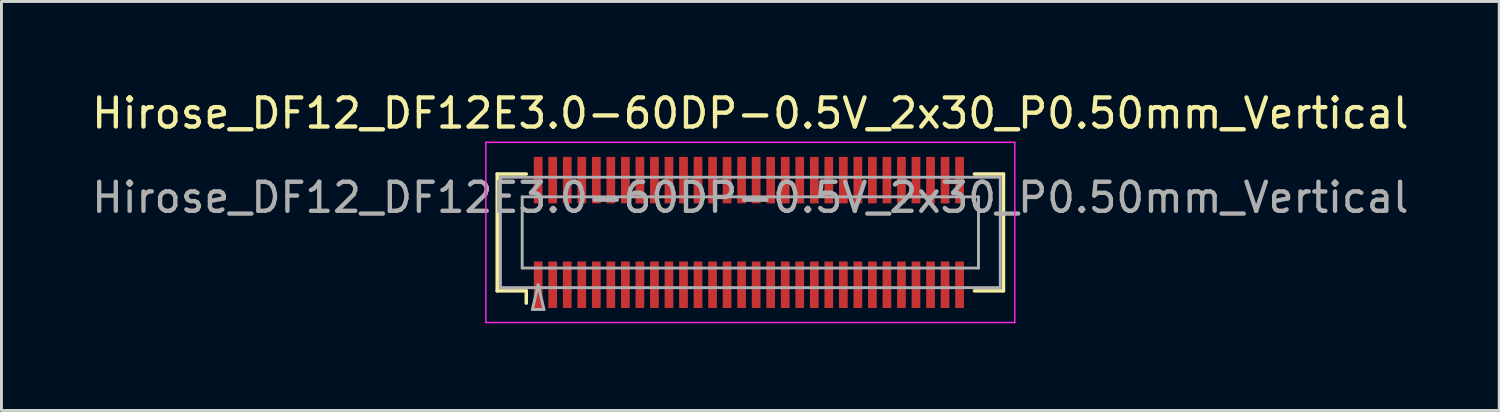
<source format=kicad_pcb>
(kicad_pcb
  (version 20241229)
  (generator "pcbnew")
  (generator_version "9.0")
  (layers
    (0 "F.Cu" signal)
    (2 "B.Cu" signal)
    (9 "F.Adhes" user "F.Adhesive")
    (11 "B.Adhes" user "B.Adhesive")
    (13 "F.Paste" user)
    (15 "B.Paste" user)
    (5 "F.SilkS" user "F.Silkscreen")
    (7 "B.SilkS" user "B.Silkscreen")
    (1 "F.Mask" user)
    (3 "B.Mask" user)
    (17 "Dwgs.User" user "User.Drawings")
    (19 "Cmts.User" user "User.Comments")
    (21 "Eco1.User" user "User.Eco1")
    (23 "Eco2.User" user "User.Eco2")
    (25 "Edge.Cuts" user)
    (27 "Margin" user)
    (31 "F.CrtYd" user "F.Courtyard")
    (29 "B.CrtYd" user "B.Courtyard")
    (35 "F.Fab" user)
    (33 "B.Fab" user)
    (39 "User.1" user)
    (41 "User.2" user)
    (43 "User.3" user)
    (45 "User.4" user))
  (footprint "Hirose_DF12_DF12E3.0-60DP-0.5V_2x30_P0.50mm_Vertical"
    (layer "F.Cu")
    (at 22.768 4.948)
    (property "Reference" "Hirose_DF12_DF12E3.0-60DP-0.5V_2x30_P0.50mm_Vertical" (at 0 -4.1 0) (layer "F.SilkS") (effects (font (size 1 1) (thickness 0.15))))
    (attr smd)
    (fp_line (start -8.71 -2.01) (end -7.71 -2.01) (stroke (width 0.12) (type solid)) (layer "F.SilkS"))
    (fp_line (start -8.71 2.01) (end -8.71 -2.01) (stroke (width 0.12) (type solid)) (layer "F.SilkS"))
    (fp_line (start -7.71 2.01) (end -8.71 2.01) (stroke (width 0.12) (type solid)) (layer "F.SilkS"))
    (fp_line (start -7.71 2.433) (end -7.71 2.01) (stroke (width 0.12) (type solid)) (layer "F.SilkS"))
    (fp_line (start 7.71 2.01) (end 8.71 2.01) (stroke (width 0.12) (type solid)) (layer "F.SilkS"))
    (fp_line (start 8.71 -2.01) (end 7.71 -2.01) (stroke (width 0.12) (type solid)) (layer "F.SilkS"))
    (fp_line (start 8.71 2.01) (end 8.71 -2.01) (stroke (width 0.12) (type solid)) (layer "F.SilkS"))
    (fp_line (start -9.1 -3.1) (end -9.1 3.1) (stroke (width 0.05) (type solid)) (layer "F.CrtYd"))
    (fp_line (start -9.1 3.1) (end 9.1 3.1) (stroke (width 0.05) (type solid)) (layer "F.CrtYd"))
    (fp_line (start 9.1 -3.1) (end -9.1 -3.1) (stroke (width 0.05) (type solid)) (layer "F.CrtYd"))
    (fp_line (start 9.1 3.1) (end 9.1 -3.1) (stroke (width 0.05) (type solid)) (layer "F.CrtYd"))
    (fp_line (start -8.6 -1.9) (end 8.6 -1.9) (stroke (width 0.1) (type solid)) (layer "F.Fab"))
    (fp_line (start -8.6 1.9) (end -8.6 -1.9) (stroke (width 0.1) (type solid)) (layer "F.Fab"))
    (fp_line (start -7.85 -1.225) (end 7.85 -1.225) (stroke (width 0.1) (type solid)) (layer "F.Fab"))
    (fp_line (start -7.85 1.225) (end -7.85 -1.225) (stroke (width 0.1) (type solid)) (layer "F.Fab"))
    (fp_line (start -7.5 2.65) (end -7.3 1.8) (stroke (width 0.1) (type solid)) (layer "F.Fab"))
    (fp_line (start -7.3 1.8) (end -7.1 2.65) (stroke (width 0.1) (type solid)) (layer "F.Fab"))
    (fp_line (start -7.1 2.65) (end -7.5 2.65) (stroke (width 0.1) (type solid)) (layer "F.Fab"))
    (fp_line (start 7.85 -1.225) (end 7.85 1.225) (stroke (width 0.1) (type solid)) (layer "F.Fab"))
    (fp_line (start 7.85 1.225) (end -7.85 1.225) (stroke (width 0.1) (type solid)) (layer "F.Fab"))
    (fp_line (start 8.6 -1.9) (end 8.6 1.9) (stroke (width 0.1) (type solid)) (layer "F.Fab"))
    (fp_line (start 8.6 1.9) (end -8.6 1.9) (stroke (width 0.1) (type solid)) (layer "F.Fab"))
    (fp_text user "${REFERENCE}" (at 0 -1.2 0) (layer "F.Fab") (effects (font (size 1 1) (thickness 0.15))))
    (pad "" smd rect (at -7.3 -2) (size 0.28 1.2) (layers "F.Paste"))
    (pad "" smd rect (at -7.3 2) (size 0.28 1.2) (layers "F.Paste"))
    (pad "" smd rect (at -6.8 -2) (size 0.28 1.2) (layers "F.Paste"))
    (pad "" smd rect (at -6.8 2) (size 0.28 1.2) (layers "F.Paste"))
    (pad "" smd rect (at -6.3 -2) (size 0.28 1.2) (layers "F.Paste"))
    (pad "" smd rect (at -6.3 2) (size 0.28 1.2) (layers "F.Paste"))
    (pad "" smd rect (at -5.8 -2) (size 0.28 1.2) (layers "F.Paste"))
    (pad "" smd rect (at -5.8 2) (size 0.28 1.2) (layers "F.Paste"))
    (pad "" smd rect (at -5.3 -2) (size 0.28 1.2) (layers "F.Paste"))
    (pad "" smd rect (at -5.3 2) (size 0.28 1.2) (layers "F.Paste"))
    (pad "" smd rect (at -4.8 -2) (size 0.28 1.2) (layers "F.Paste"))
    (pad "" smd rect (at -4.8 2) (size 0.28 1.2) (layers "F.Paste"))
    (pad "" smd rect (at -4.3 -2) (size 0.28 1.2) (layers "F.Paste"))
    (pad "" smd rect (at -4.3 2) (size 0.28 1.2) (layers "F.Paste"))
    (pad "" smd rect (at -3.8 -2) (size 0.28 1.2) (layers "F.Paste"))
    (pad "" smd rect (at -3.8 2) (size 0.28 1.2) (layers "F.Paste"))
    (pad "" smd rect (at -3.3 -2) (size 0.28 1.2) (layers "F.Paste"))
    (pad "" smd rect (at -3.3 2) (size 0.28 1.2) (layers "F.Paste"))
    (pad "" smd rect (at -2.8 -2) (size 0.28 1.2) (layers "F.Paste"))
    (pad "" smd rect (at -2.8 2) (size 0.28 1.2) (layers "F.Paste"))
    (pad "" smd rect (at -2.3 -2) (size 0.28 1.2) (layers "F.Paste"))
    (pad "" smd rect (at -2.3 2) (size 0.28 1.2) (layers "F.Paste"))
    (pad "" smd rect (at -1.8 -2) (size 0.28 1.2) (layers "F.Paste"))
    (pad "" smd rect (at -1.8 2) (size 0.28 1.2) (layers "F.Paste"))
    (pad "" smd rect (at -1.3 -2) (size 0.28 1.2) (layers "F.Paste"))
    (pad "" smd rect (at -1.3 2) (size 0.28 1.2) (layers "F.Paste"))
    (pad "" smd rect (at -0.8 -2) (size 0.28 1.2) (layers "F.Paste"))
    (pad "" smd rect (at -0.8 2) (size 0.28 1.2) (layers "F.Paste"))
    (pad "" smd rect (at -0.3 -2) (size 0.28 1.2) (layers "F.Paste"))
    (pad "" smd rect (at -0.3 2) (size 0.28 1.2) (layers "F.Paste"))
    (pad "" smd rect (at 0.2 -2) (size 0.28 1.2) (layers "F.Paste"))
    (pad "" smd rect (at 0.2 2) (size 0.28 1.2) (layers "F.Paste"))
    (pad "" smd rect (at 0.7 -2) (size 0.28 1.2) (layers "F.Paste"))
    (pad "" smd rect (at 0.7 2) (size 0.28 1.2) (layers "F.Paste"))
    (pad "" smd rect (at 1.2 -2) (size 0.28 1.2) (layers "F.Paste"))
    (pad "" smd rect (at 1.2 2) (size 0.28 1.2) (layers "F.Paste"))
    (pad "" smd rect (at 1.7 -2) (size 0.28 1.2) (layers "F.Paste"))
    (pad "" smd rect (at 1.7 2) (size 0.28 1.2) (layers "F.Paste"))
    (pad "" smd rect (at 2.2 -2) (size 0.28 1.2) (layers "F.Paste"))
    (pad "" smd rect (at 2.2 2) (size 0.28 1.2) (layers "F.Paste"))
    (pad "" smd rect (at 2.7 -2) (size 0.28 1.2) (layers "F.Paste"))
    (pad "" smd rect (at 2.7 2) (size 0.28 1.2) (layers "F.Paste"))
    (pad "" smd rect (at 3.2 -2) (size 0.28 1.2) (layers "F.Paste"))
    (pad "" smd rect (at 3.2 2) (size 0.28 1.2) (layers "F.Paste"))
    (pad "" smd rect (at 3.7 -2) (size 0.28 1.2) (layers "F.Paste"))
    (pad "" smd rect (at 3.7 2) (size 0.28 1.2) (layers "F.Paste"))
    (pad "" smd rect (at 4.2 -2) (size 0.28 1.2) (layers "F.Paste"))
    (pad "" smd rect (at 4.2 2) (size 0.28 1.2) (layers "F.Paste"))
    (pad "" smd rect (at 4.7 -2) (size 0.28 1.2) (layers "F.Paste"))
    (pad "" smd rect (at 4.7 2) (size 0.28 1.2) (layers "F.Paste"))
    (pad "" smd rect (at 5.2 -2) (size 0.28 1.2) (layers "F.Paste"))
    (pad "" smd rect (at 5.2 2) (size 0.28 1.2) (layers "F.Paste"))
    (pad "" smd rect (at 5.7 -2) (size 0.28 1.2) (layers "F.Paste"))
    (pad "" smd rect (at 5.7 2) (size 0.28 1.2) (layers "F.Paste"))
    (pad "" smd rect (at 6.2 -2) (size 0.28 1.2) (layers "F.Paste"))
    (pad "" smd rect (at 6.2 2) (size 0.28 1.2) (layers "F.Paste"))
    (pad "" smd rect (at 6.7 -2) (size 0.28 1.2) (layers "F.Paste"))
    (pad "" smd rect (at 6.7 2) (size 0.28 1.2) (layers "F.Paste"))
    (pad "" smd rect (at 7.2 -2) (size 0.28 1.2) (layers "F.Paste"))
    (pad "" smd rect (at 7.2 2) (size 0.28 1.2) (layers "F.Paste"))
    (pad "1" smd rect (at -7.3 1.8) (size 0.3 1.6) (layers "F.Cu" "F.Mask"))
    (pad "2" smd rect (at -6.8 1.8) (size 0.3 1.6) (layers "F.Cu" "F.Mask"))
    (pad "3" smd rect (at -6.3 1.8) (size 0.3 1.6) (layers "F.Cu" "F.Mask"))
    (pad "4" smd rect (at -5.8 1.8) (size 0.3 1.6) (layers "F.Cu" "F.Mask"))
    (pad "5" smd rect (at -5.3 1.8) (size 0.3 1.6) (layers "F.Cu" "F.Mask"))
    (pad "6" smd rect (at -4.8 1.8) (size 0.3 1.6) (layers "F.Cu" "F.Mask"))
    (pad "7" smd rect (at -4.3 1.8) (size 0.3 1.6) (layers "F.Cu" "F.Mask"))
    (pad "8" smd rect (at -3.8 1.8) (size 0.3 1.6) (layers "F.Cu" "F.Mask"))
    (pad "9" smd rect (at -3.3 1.8) (size 0.3 1.6) (layers "F.Cu" "F.Mask"))
    (pad "10" smd rect (at -2.8 1.8) (size 0.3 1.6) (layers "F.Cu" "F.Mask"))
    (pad "11" smd rect (at -2.3 1.8) (size 0.3 1.6) (layers "F.Cu" "F.Mask"))
    (pad "12" smd rect (at -1.8 1.8) (size 0.3 1.6) (layers "F.Cu" "F.Mask"))
    (pad "13" smd rect (at -1.3 1.8) (size 0.3 1.6) (layers "F.Cu" "F.Mask"))
    (pad "14" smd rect (at -0.8 1.8) (size 0.3 1.6) (layers "F.Cu" "F.Mask"))
    (pad "15" smd rect (at -0.3 1.8) (size 0.3 1.6) (layers "F.Cu" "F.Mask"))
    (pad "16" smd rect (at 0.2 1.8) (size 0.3 1.6) (layers "F.Cu" "F.Mask"))
    (pad "17" smd rect (at 0.7 1.8) (size 0.3 1.6) (layers "F.Cu" "F.Mask"))
    (pad "18" smd rect (at 1.2 1.8) (size 0.3 1.6) (layers "F.Cu" "F.Mask"))
    (pad "19" smd rect (at 1.7 1.8) (size 0.3 1.6) (layers "F.Cu" "F.Mask"))
    (pad "20" smd rect (at 2.2 1.8) (size 0.3 1.6) (layers "F.Cu" "F.Mask"))
    (pad "21" smd rect (at 2.7 1.8) (size 0.3 1.6) (layers "F.Cu" "F.Mask"))
    (pad "22" smd rect (at 3.2 1.8) (size 0.3 1.6) (layers "F.Cu" "F.Mask"))
    (pad "23" smd rect (at 3.7 1.8) (size 0.3 1.6) (layers "F.Cu" "F.Mask"))
    (pad "24" smd rect (at 4.2 1.8) (size 0.3 1.6) (layers "F.Cu" "F.Mask"))
    (pad "25" smd rect (at 4.7 1.8) (size 0.3 1.6) (layers "F.Cu" "F.Mask"))
    (pad "26" smd rect (at 5.2 1.8) (size 0.3 1.6) (layers "F.Cu" "F.Mask"))
    (pad "27" smd rect (at 5.7 1.8) (size 0.3 1.6) (layers "F.Cu" "F.Mask"))
    (pad "28" smd rect (at 6.2 1.8) (size 0.3 1.6) (layers "F.Cu" "F.Mask"))
    (pad "29" smd rect (at 6.7 1.8) (size 0.3 1.6) (layers "F.Cu" "F.Mask"))
    (pad "30" smd rect (at 7.2 1.8) (size 0.3 1.6) (layers "F.Cu" "F.Mask"))
    (pad "31" smd rect (at -7.3 -1.8) (size 0.3 1.6) (layers "F.Cu" "F.Mask"))
    (pad "32" smd rect (at -6.8 -1.8) (size 0.3 1.6) (layers "F.Cu" "F.Mask"))
    (pad "33" smd rect (at -6.3 -1.8) (size 0.3 1.6) (layers "F.Cu" "F.Mask"))
    (pad "34" smd rect (at -5.8 -1.8) (size 0.3 1.6) (layers "F.Cu" "F.Mask"))
    (pad "35" smd rect (at -5.3 -1.8) (size 0.3 1.6) (layers "F.Cu" "F.Mask"))
    (pad "36" smd rect (at -4.8 -1.8) (size 0.3 1.6) (layers "F.Cu" "F.Mask"))
    (pad "37" smd rect (at -4.3 -1.8) (size 0.3 1.6) (layers "F.Cu" "F.Mask"))
    (pad "38" smd rect (at -3.8 -1.8) (size 0.3 1.6) (layers "F.Cu" "F.Mask"))
    (pad "39" smd rect (at -3.3 -1.8) (size 0.3 1.6) (layers "F.Cu" "F.Mask"))
    (pad "40" smd rect (at -2.8 -1.8) (size 0.3 1.6) (layers "F.Cu" "F.Mask"))
    (pad "41" smd rect (at -2.3 -1.8) (size 0.3 1.6) (layers "F.Cu" "F.Mask"))
    (pad "42" smd rect (at -1.8 -1.8) (size 0.3 1.6) (layers "F.Cu" "F.Mask"))
    (pad "43" smd rect (at -1.3 -1.8) (size 0.3 1.6) (layers "F.Cu" "F.Mask"))
    (pad "44" smd rect (at -0.8 -1.8) (size 0.3 1.6) (layers "F.Cu" "F.Mask"))
    (pad "45" smd rect (at -0.3 -1.8) (size 0.3 1.6) (layers "F.Cu" "F.Mask"))
    (pad "46" smd rect (at 0.2 -1.8) (size 0.3 1.6) (layers "F.Cu" "F.Mask"))
    (pad "47" smd rect (at 0.7 -1.8) (size 0.3 1.6) (layers "F.Cu" "F.Mask"))
    (pad "48" smd rect (at 1.2 -1.8) (size 0.3 1.6) (layers "F.Cu" "F.Mask"))
    (pad "49" smd rect (at 1.7 -1.8) (size 0.3 1.6) (layers "F.Cu" "F.Mask"))
    (pad "50" smd rect (at 2.2 -1.8) (size 0.3 1.6) (layers "F.Cu" "F.Mask"))
    (pad "51" smd rect (at 2.7 -1.8) (size 0.3 1.6) (layers "F.Cu" "F.Mask"))
    (pad "52" smd rect (at 3.2 -1.8) (size 0.3 1.6) (layers "F.Cu" "F.Mask"))
    (pad "53" smd rect (at 3.7 -1.8) (size 0.3 1.6) (layers "F.Cu" "F.Mask"))
    (pad "54" smd rect (at 4.2 -1.8) (size 0.3 1.6) (layers "F.Cu" "F.Mask"))
    (pad "55" smd rect (at 4.7 -1.8) (size 0.3 1.6) (layers "F.Cu" "F.Mask"))
    (pad "56" smd rect (at 5.2 -1.8) (size 0.3 1.6) (layers "F.Cu" "F.Mask"))
    (pad "57" smd rect (at 5.7 -1.8) (size 0.3 1.6) (layers "F.Cu" "F.Mask"))
    (pad "58" smd rect (at 6.2 -1.8) (size 0.3 1.6) (layers "F.Cu" "F.Mask"))
    (pad "59" smd rect (at 6.7 -1.8) (size 0.3 1.6) (layers "F.Cu" "F.Mask"))
    (pad "60" smd rect (at 7.2 -1.8) (size 0.3 1.6) (layers "F.Cu" "F.Mask")))
  (gr_rect
    (start -3 -3)
    (end 48.536 11.073)
    (stroke (width 0.1) (type default))
    (fill no)
    (layer "Edge.Cuts")))
</source>
